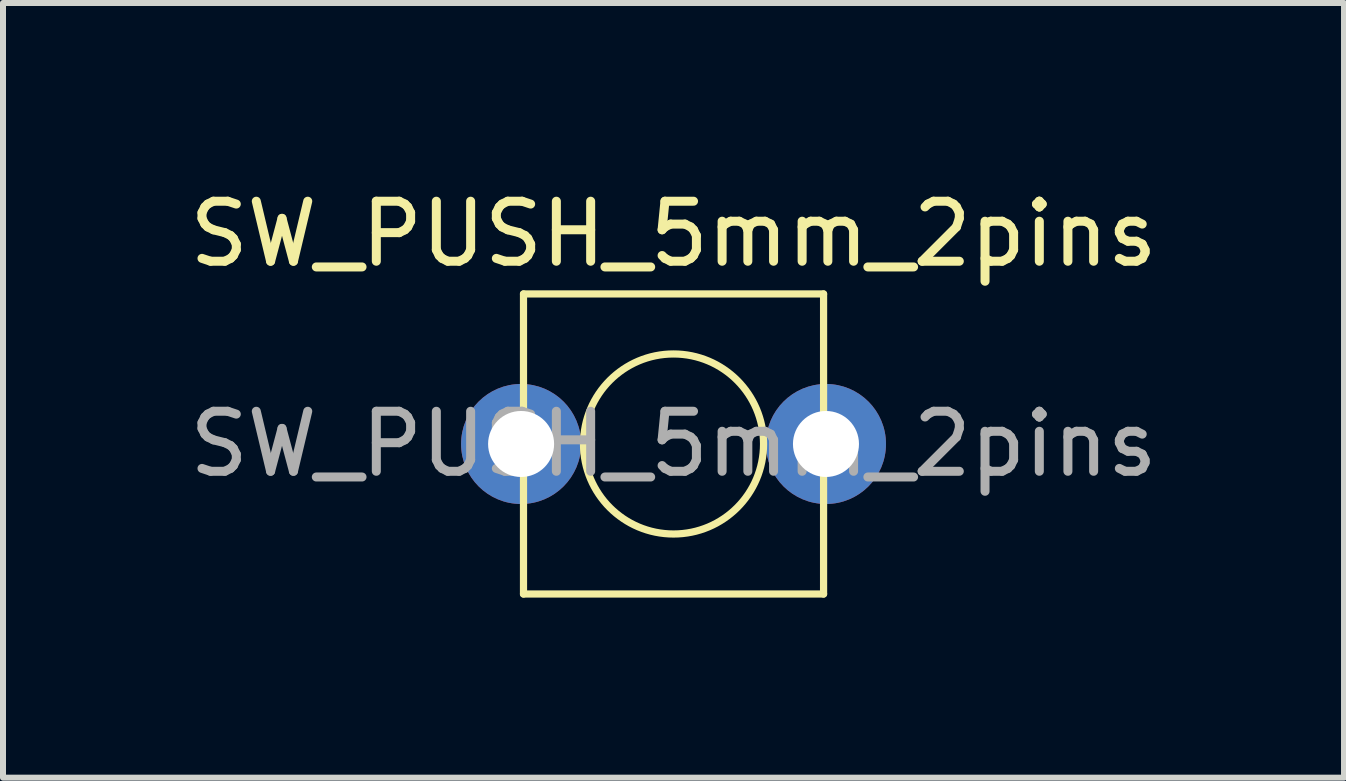
<source format=kicad_pcb>
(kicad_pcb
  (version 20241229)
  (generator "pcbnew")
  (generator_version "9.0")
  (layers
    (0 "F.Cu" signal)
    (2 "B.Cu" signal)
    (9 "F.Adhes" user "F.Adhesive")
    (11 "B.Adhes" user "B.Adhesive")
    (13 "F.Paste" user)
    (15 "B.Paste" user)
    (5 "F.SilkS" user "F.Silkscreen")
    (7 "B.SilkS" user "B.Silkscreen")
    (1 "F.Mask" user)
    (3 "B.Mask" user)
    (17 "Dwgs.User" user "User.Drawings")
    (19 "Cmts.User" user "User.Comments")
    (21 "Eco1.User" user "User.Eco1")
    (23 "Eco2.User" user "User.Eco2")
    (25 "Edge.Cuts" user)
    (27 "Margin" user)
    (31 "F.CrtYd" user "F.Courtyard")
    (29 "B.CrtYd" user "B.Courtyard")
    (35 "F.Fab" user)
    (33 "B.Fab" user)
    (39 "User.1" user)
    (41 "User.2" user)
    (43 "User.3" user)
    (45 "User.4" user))
  (footprint "SW_PUSH_5mm_2pins"
    (layer "F.Cu")
    (at 8.173 4.348)
    (property "Reference" "SW_PUSH_5mm_2pins" (at 0 -3.5 0) (layer "F.SilkS") (effects (font (size 1 1) (thickness 0.15))))
    (attr through_hole)
    (fp_line (start -2.5 -2.5) (end -2.5 2.5) (stroke (width 0.12) (type solid)) (layer "F.SilkS"))
    (fp_line (start -2.5 2.5) (end 2.5 2.5) (stroke (width 0.12) (type solid)) (layer "F.SilkS"))
    (fp_line (start 2.5 -2.5) (end -2.5 -2.5) (stroke (width 0.12) (type solid)) (layer "F.SilkS"))
    (fp_line (start 2.5 2.5) (end 2.5 -2.5) (stroke (width 0.12) (type solid)) (layer "F.SilkS"))
    (fp_circle (center 0 0) (end 1.5 0) (stroke (width 0.12) (type solid)) (fill no) (layer "F.SilkS"))
    (fp_text user "${REFERENCE}" (at 0 0 0) (layer "F.Fab") (effects (font (size 1 1) (thickness 0.15))))
    (pad "1" thru_hole circle (at -2.54 0 90) (size 2 2) (drill 1.1) (layers "*.Cu" "*.Mask"))
    (pad "2" thru_hole circle (at 2.54 0 90) (size 2 2) (drill 1.1) (layers "*.Cu" "*.Mask")))
  (gr_rect
    (start -3 -3)
    (end 19.345 9.908)
    (stroke (width 0.1) (type default))
    (fill no)
    (layer "Edge.Cuts")))
</source>
